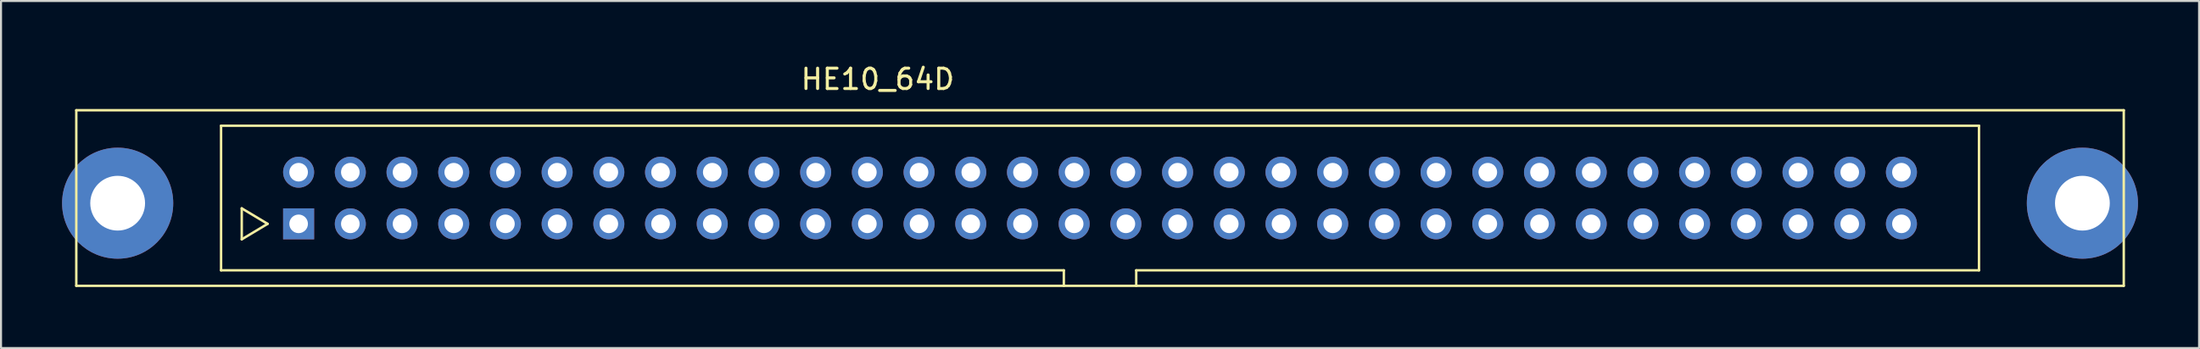
<source format=kicad_pcb>
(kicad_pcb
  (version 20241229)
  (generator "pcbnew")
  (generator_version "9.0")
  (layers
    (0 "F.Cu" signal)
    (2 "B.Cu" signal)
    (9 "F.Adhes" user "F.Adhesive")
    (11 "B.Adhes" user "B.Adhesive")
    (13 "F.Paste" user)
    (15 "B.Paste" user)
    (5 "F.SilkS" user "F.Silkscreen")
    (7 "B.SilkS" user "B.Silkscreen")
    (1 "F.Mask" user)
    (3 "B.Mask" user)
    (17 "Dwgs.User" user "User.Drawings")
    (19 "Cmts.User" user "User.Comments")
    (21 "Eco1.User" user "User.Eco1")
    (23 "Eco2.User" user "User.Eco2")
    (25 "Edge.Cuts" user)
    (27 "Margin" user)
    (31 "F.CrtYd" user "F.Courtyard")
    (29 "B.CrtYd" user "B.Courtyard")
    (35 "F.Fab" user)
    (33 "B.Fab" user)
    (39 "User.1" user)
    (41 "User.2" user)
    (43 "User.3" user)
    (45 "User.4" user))
  (footprint "HE10_64D"
    (layer "F.Cu")
    (at 50.99 6.69)
    (property "Reference" "HE10_64D" (at -10.922 -5.842 0) (layer "F.SilkS") (effects (font (size 1 1) (thickness 0.15))))
    (attr through_hole)
    (fp_line (start -50.292 -4.318) (end -50.292 4.318) (stroke (width 0.12) (type solid)) (layer "F.SilkS"))
    (fp_line (start -50.292 4.318) (end 50.292 4.318) (stroke (width 0.12) (type solid)) (layer "F.SilkS"))
    (fp_line (start -43.18 -3.556) (end 43.18 -3.556) (stroke (width 0.12) (type solid)) (layer "F.SilkS"))
    (fp_line (start -43.18 3.556) (end -43.18 -3.556) (stroke (width 0.12) (type solid)) (layer "F.SilkS"))
    (fp_line (start -42.164 0.508) (end -42.164 2.032) (stroke (width 0.12) (type solid)) (layer "F.SilkS"))
    (fp_line (start -42.164 2.032) (end -40.894 1.27) (stroke (width 0.12) (type solid)) (layer "F.SilkS"))
    (fp_line (start -40.894 1.27) (end -42.164 0.508) (stroke (width 0.12) (type solid)) (layer "F.SilkS"))
    (fp_line (start -1.778 3.556) (end -43.18 3.556) (stroke (width 0.12) (type solid)) (layer "F.SilkS"))
    (fp_line (start -1.778 4.318) (end -1.778 3.556) (stroke (width 0.12) (type solid)) (layer "F.SilkS"))
    (fp_line (start 1.778 3.556) (end 1.778 4.318) (stroke (width 0.12) (type solid)) (layer "F.SilkS"))
    (fp_line (start 43.18 -3.556) (end 43.18 3.556) (stroke (width 0.12) (type solid)) (layer "F.SilkS"))
    (fp_line (start 43.18 3.556) (end 1.778 3.556) (stroke (width 0.12) (type solid)) (layer "F.SilkS"))
    (fp_line (start 50.292 -4.318) (end -50.292 -4.318) (stroke (width 0.12) (type solid)) (layer "F.SilkS"))
    (fp_line (start 50.292 4.318) (end 50.292 -4.318) (stroke (width 0.12) (type solid)) (layer "F.SilkS"))
    (pad "" thru_hole circle (at -48.26 0.254) (size 5.461 5.461) (drill 2.692) (layers "*.Cu" "*.Mask"))
    (pad "" thru_hole circle (at 48.26 0.254) (size 5.461 5.461) (drill 2.692) (layers "*.Cu" "*.Mask"))
    (pad "1" thru_hole rect (at -39.37 1.27) (size 1.524 1.524) (drill 0.914) (layers "*.Cu" "*.Mask"))
    (pad "2" thru_hole circle (at -39.37 -1.27) (size 1.524 1.524) (drill 0.914) (layers "*.Cu" "*.Mask"))
    (pad "3" thru_hole circle (at -36.83 1.27) (size 1.524 1.524) (drill 0.914) (layers "*.Cu" "*.Mask"))
    (pad "4" thru_hole circle (at -36.83 -1.27) (size 1.524 1.524) (drill 0.914) (layers "*.Cu" "*.Mask"))
    (pad "5" thru_hole circle (at -34.29 1.27) (size 1.524 1.524) (drill 0.914) (layers "*.Cu" "*.Mask"))
    (pad "6" thru_hole circle (at -34.29 -1.27) (size 1.524 1.524) (drill 0.914) (layers "*.Cu" "*.Mask"))
    (pad "7" thru_hole circle (at -31.75 1.27) (size 1.524 1.524) (drill 0.914) (layers "*.Cu" "*.Mask"))
    (pad "8" thru_hole circle (at -31.75 -1.27) (size 1.524 1.524) (drill 0.914) (layers "*.Cu" "*.Mask"))
    (pad "9" thru_hole circle (at -29.21 1.27) (size 1.524 1.524) (drill 0.914) (layers "*.Cu" "*.Mask"))
    (pad "10" thru_hole circle (at -29.21 -1.27) (size 1.524 1.524) (drill 0.914) (layers "*.Cu" "*.Mask"))
    (pad "11" thru_hole circle (at -26.67 1.27) (size 1.524 1.524) (drill 0.914) (layers "*.Cu" "*.Mask"))
    (pad "12" thru_hole circle (at -26.67 -1.27) (size 1.524 1.524) (drill 0.914) (layers "*.Cu" "*.Mask"))
    (pad "13" thru_hole circle (at -24.13 1.27) (size 1.524 1.524) (drill 0.914) (layers "*.Cu" "*.Mask"))
    (pad "14" thru_hole circle (at -24.13 -1.27) (size 1.524 1.524) (drill 0.914) (layers "*.Cu" "*.Mask"))
    (pad "15" thru_hole circle (at -21.59 1.27) (size 1.524 1.524) (drill 0.914) (layers "*.Cu" "*.Mask"))
    (pad "16" thru_hole circle (at -21.59 -1.27) (size 1.524 1.524) (drill 0.914) (layers "*.Cu" "*.Mask"))
    (pad "17" thru_hole circle (at -19.05 1.27) (size 1.524 1.524) (drill 0.914) (layers "*.Cu" "*.Mask"))
    (pad "18" thru_hole circle (at -19.05 -1.27) (size 1.524 1.524) (drill 0.914) (layers "*.Cu" "*.Mask"))
    (pad "19" thru_hole circle (at -16.51 1.27) (size 1.524 1.524) (drill 0.914) (layers "*.Cu" "*.Mask"))
    (pad "20" thru_hole circle (at -16.51 -1.27) (size 1.524 1.524) (drill 0.914) (layers "*.Cu" "*.Mask"))
    (pad "21" thru_hole circle (at -13.97 1.27) (size 1.524 1.524) (drill 0.914) (layers "*.Cu" "*.Mask"))
    (pad "22" thru_hole circle (at -13.97 -1.27) (size 1.524 1.524) (drill 0.914) (layers "*.Cu" "*.Mask"))
    (pad "23" thru_hole circle (at -11.43 1.27) (size 1.524 1.524) (drill 0.914) (layers "*.Cu" "*.Mask"))
    (pad "24" thru_hole circle (at -11.43 -1.27) (size 1.524 1.524) (drill 0.914) (layers "*.Cu" "*.Mask"))
    (pad "25" thru_hole circle (at -8.89 1.27) (size 1.524 1.524) (drill 0.914) (layers "*.Cu" "*.Mask"))
    (pad "26" thru_hole circle (at -8.89 -1.27) (size 1.524 1.524) (drill 0.914) (layers "*.Cu" "*.Mask"))
    (pad "27" thru_hole circle (at -6.35 1.27) (size 1.524 1.524) (drill 0.914) (layers "*.Cu" "*.Mask"))
    (pad "28" thru_hole circle (at -6.35 -1.27) (size 1.524 1.524) (drill 0.914) (layers "*.Cu" "*.Mask"))
    (pad "29" thru_hole circle (at -3.81 1.27) (size 1.524 1.524) (drill 0.914) (layers "*.Cu" "*.Mask"))
    (pad "30" thru_hole circle (at -3.81 -1.27) (size 1.524 1.524) (drill 0.914) (layers "*.Cu" "*.Mask"))
    (pad "31" thru_hole circle (at -1.27 1.27) (size 1.524 1.524) (drill 0.914) (layers "*.Cu" "*.Mask"))
    (pad "32" thru_hole circle (at -1.27 -1.27) (size 1.524 1.524) (drill 0.914) (layers "*.Cu" "*.Mask"))
    (pad "33" thru_hole circle (at 1.27 1.27) (size 1.524 1.524) (drill 0.914) (layers "*.Cu" "*.Mask"))
    (pad "34" thru_hole circle (at 1.27 -1.27) (size 1.524 1.524) (drill 0.914) (layers "*.Cu" "*.Mask"))
    (pad "35" thru_hole circle (at 3.81 1.27) (size 1.524 1.524) (drill 0.914) (layers "*.Cu" "*.Mask"))
    (pad "36" thru_hole circle (at 3.81 -1.27) (size 1.524 1.524) (drill 0.914) (layers "*.Cu" "*.Mask"))
    (pad "37" thru_hole circle (at 6.35 1.27) (size 1.524 1.524) (drill 0.914) (layers "*.Cu" "*.Mask"))
    (pad "38" thru_hole circle (at 6.35 -1.27) (size 1.524 1.524) (drill 0.914) (layers "*.Cu" "*.Mask"))
    (pad "39" thru_hole circle (at 8.89 1.27) (size 1.524 1.524) (drill 0.914) (layers "*.Cu" "*.Mask"))
    (pad "40" thru_hole circle (at 8.89 -1.27) (size 1.524 1.524) (drill 0.914) (layers "*.Cu" "*.Mask"))
    (pad "41" thru_hole circle (at 11.43 1.27) (size 1.524 1.524) (drill 0.914) (layers "*.Cu" "*.Mask"))
    (pad "42" thru_hole circle (at 11.43 -1.27) (size 1.524 1.524) (drill 0.914) (layers "*.Cu" "*.Mask"))
    (pad "43" thru_hole circle (at 13.97 1.27) (size 1.524 1.524) (drill 0.914) (layers "*.Cu" "*.Mask"))
    (pad "44" thru_hole circle (at 13.97 -1.27) (size 1.524 1.524) (drill 0.914) (layers "*.Cu" "*.Mask"))
    (pad "45" thru_hole circle (at 16.51 1.27) (size 1.524 1.524) (drill 0.914) (layers "*.Cu" "*.Mask"))
    (pad "46" thru_hole circle (at 16.51 -1.27) (size 1.524 1.524) (drill 0.914) (layers "*.Cu" "*.Mask"))
    (pad "47" thru_hole circle (at 19.05 1.27) (size 1.524 1.524) (drill 0.914) (layers "*.Cu" "*.Mask"))
    (pad "48" thru_hole circle (at 19.05 -1.27) (size 1.524 1.524) (drill 0.914) (layers "*.Cu" "*.Mask"))
    (pad "49" thru_hole circle (at 21.59 1.27) (size 1.524 1.524) (drill 0.914) (layers "*.Cu" "*.Mask"))
    (pad "50" thru_hole circle (at 21.59 -1.27) (size 1.524 1.524) (drill 0.914) (layers "*.Cu" "*.Mask"))
    (pad "51" thru_hole circle (at 24.13 1.27) (size 1.524 1.524) (drill 0.914) (layers "*.Cu" "*.Mask"))
    (pad "52" thru_hole circle (at 24.13 -1.27) (size 1.524 1.524) (drill 0.914) (layers "*.Cu" "*.Mask"))
    (pad "53" thru_hole circle (at 26.67 1.27) (size 1.524 1.524) (drill 0.914) (layers "*.Cu" "*.Mask"))
    (pad "54" thru_hole circle (at 26.67 -1.27) (size 1.524 1.524) (drill 0.914) (layers "*.Cu" "*.Mask"))
    (pad "55" thru_hole circle (at 29.21 1.27) (size 1.524 1.524) (drill 0.914) (layers "*.Cu" "*.Mask"))
    (pad "56" thru_hole circle (at 29.21 -1.27) (size 1.524 1.524) (drill 0.914) (layers "*.Cu" "*.Mask"))
    (pad "57" thru_hole circle (at 31.75 1.27) (size 1.524 1.524) (drill 0.914) (layers "*.Cu" "*.Mask"))
    (pad "58" thru_hole circle (at 31.75 -1.27) (size 1.524 1.524) (drill 0.914) (layers "*.Cu" "*.Mask"))
    (pad "59" thru_hole circle (at 34.29 1.27) (size 1.524 1.524) (drill 0.914) (layers "*.Cu" "*.Mask"))
    (pad "60" thru_hole circle (at 34.29 -1.27) (size 1.524 1.524) (drill 0.914) (layers "*.Cu" "*.Mask"))
    (pad "61" thru_hole circle (at 36.83 1.27) (size 1.524 1.524) (drill 0.914) (layers "*.Cu" "*.Mask"))
    (pad "62" thru_hole circle (at 36.83 -1.27) (size 1.524 1.524) (drill 0.914) (layers "*.Cu" "*.Mask"))
    (pad "63" thru_hole circle (at 39.37 1.27) (size 1.524 1.524) (drill 0.914) (layers "*.Cu" "*.Mask"))
    (pad "64" thru_hole circle (at 39.37 -1.27) (size 1.524 1.524) (drill 0.914) (layers "*.Cu" "*.Mask")))
  (gr_rect
    (start -3 -3)
    (end 104.981 14.068)
    (stroke (width 0.1) (type default))
    (fill no)
    (layer "Edge.Cuts")))
</source>
